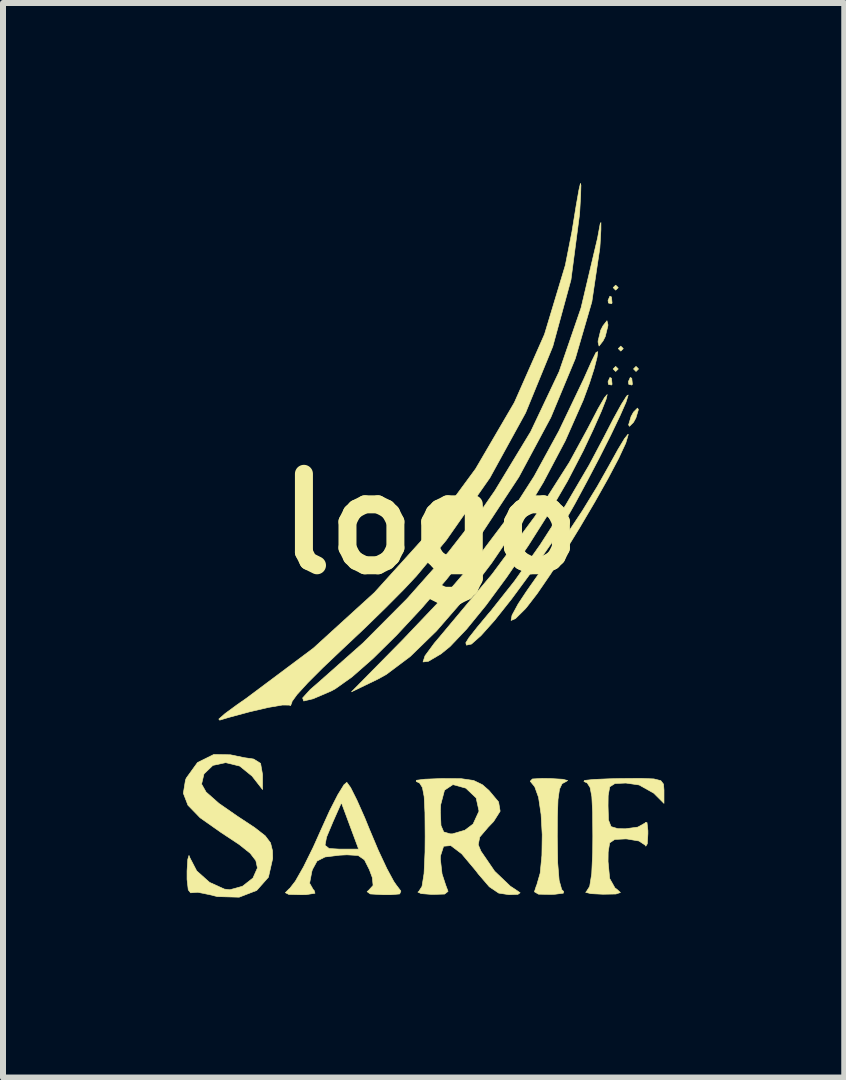
<source format=kicad_pcb>
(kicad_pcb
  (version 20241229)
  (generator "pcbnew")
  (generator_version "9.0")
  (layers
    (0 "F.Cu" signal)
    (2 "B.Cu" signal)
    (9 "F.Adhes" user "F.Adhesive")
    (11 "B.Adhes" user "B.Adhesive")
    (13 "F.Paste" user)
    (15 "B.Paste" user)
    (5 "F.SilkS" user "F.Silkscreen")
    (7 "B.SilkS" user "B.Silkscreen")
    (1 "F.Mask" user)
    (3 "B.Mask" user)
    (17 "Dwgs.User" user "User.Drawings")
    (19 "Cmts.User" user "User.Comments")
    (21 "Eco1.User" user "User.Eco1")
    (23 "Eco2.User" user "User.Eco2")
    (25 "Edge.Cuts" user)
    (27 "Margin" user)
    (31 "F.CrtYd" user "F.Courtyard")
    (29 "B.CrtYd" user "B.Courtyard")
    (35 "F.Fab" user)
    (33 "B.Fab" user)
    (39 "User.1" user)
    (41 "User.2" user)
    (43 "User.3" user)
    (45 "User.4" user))
  (footprint "logo"
    (layer "F.Cu")
    (at 4.119 5.68)
    (property "Reference" "logo" (at 0 0 0) (layer "F.SilkS") (effects (font (size 1.524 1.524) (thickness 0.3))))
    (attr through_hole)
    (fp_poly (pts (xy 3.133 -3.937) (xy 3.09 -3.895) (xy 3.048 -3.937) (xy 3.09 -3.979) (xy 3.133 -3.937)) (stroke (width 0.01) (type solid)) (fill yes) (layer "F.SilkS"))
    (fp_poly (pts (xy 3.133 -2.582) (xy 3.09 -2.54) (xy 3.048 -2.582) (xy 3.09 -2.625) (xy 3.133 -2.582)) (stroke (width 0.01) (type solid)) (fill yes) (layer "F.SilkS"))
    (fp_poly (pts (xy 3.217 -2.921) (xy 3.175 -2.879) (xy 3.133 -2.921) (xy 3.175 -2.963) (xy 3.217 -2.921)) (stroke (width 0.01) (type solid)) (fill yes) (layer "F.SilkS"))
    (fp_poly (pts (xy 3.471 -2.582) (xy 3.429 -2.54) (xy 3.387 -2.582) (xy 3.429 -2.625) (xy 3.471 -2.582)) (stroke (width 0.01) (type solid)) (fill yes) (layer "F.SilkS"))
    (fp_poly (pts (xy 3.02 -3.782) (xy 3.03 -3.681) (xy 3.02 -3.669) (xy 2.969 -3.681) (xy 2.963 -3.725) (xy 2.994 -3.795) (xy 3.02 -3.782)) (stroke (width 0.01) (type solid)) (fill yes) (layer "F.SilkS"))
    (fp_poly (pts (xy 3.02 -2.427) (xy 3.03 -2.327) (xy 3.02 -2.314) (xy 2.969 -2.326) (xy 2.963 -2.371) (xy 2.994 -2.44) (xy 3.02 -2.427)) (stroke (width 0.01) (type solid)) (fill yes) (layer "F.SilkS"))
    (fp_poly (pts (xy 3.358 -2.427) (xy 3.369 -2.327) (xy 3.358 -2.314) (xy 3.308 -2.326) (xy 3.302 -2.371) (xy 3.333 -2.44) (xy 3.358 -2.427)) (stroke (width 0.01) (type solid)) (fill yes) (layer "F.SilkS"))
    (fp_poly (pts (xy 3.469 -1.905) (xy 3.427 -1.766) (xy 3.387 -1.693) (xy 3.32 -1.626) (xy 3.305 -1.651) (xy 3.347 -1.79) (xy 3.387 -1.863) (xy 3.454 -1.93) (xy 3.469 -1.905)) (stroke (width 0.01) (type solid)) (fill yes) (layer "F.SilkS"))
    (fp_poly (pts (xy 2.961 -3.323) (xy 2.961 -3.302) (xy 2.916 -3.121) (xy 2.879 -3.048) (xy 2.813 -2.964) (xy 2.797 -3.027) (xy 2.797 -3.048) (xy 2.841 -3.229) (xy 2.879 -3.302) (xy 2.945 -3.386) (xy 2.961 -3.323)) (stroke (width 0.01) (type solid)) (fill yes) (layer "F.SilkS"))
    (fp_poly (pts (xy 2.93 -2.076) (xy 2.851 -1.876) (xy 2.713 -1.566) (xy 2.55 -1.22) (xy 2.288 -0.715) (xy 1.976 -0.178) (xy 1.632 0.365) (xy 1.276 0.886) (xy 0.928 1.358) (xy 0.606 1.753) (xy 0.33 2.043) (xy 0.179 2.166) (xy -0.032 2.29) (xy -0.12 2.3) (xy -0.087 2.198) (xy 0.067 1.989) (xy 0.181 1.854) (xy 1.032 0.836) (xy 1.741 -0.12) (xy 2.318 -1.026) (xy 2.625 -1.59) (xy 2.798 -1.922) (xy 2.906 -2.108) (xy 2.949 -2.156) (xy 2.93 -2.076)) (stroke (width 0.01) (type solid)) (fill yes) (layer "F.SilkS"))
    (fp_poly (pts (xy 2.779 -2.773) (xy 2.732 -2.59) (xy 2.655 -2.349) (xy 2.554 -2.075) (xy 2.551 -2.066) (xy 2.251 -1.387) (xy 1.884 -0.692) (xy 1.469 -0.004) (xy 1.022 0.654) (xy 0.561 1.258) (xy 0.104 1.784) (xy -0.333 2.209) (xy -0.733 2.509) (xy -0.878 2.589) (xy -1.312 2.798) (xy -0.455 1.928) (xy 0.228 1.21) (xy 0.801 0.545) (xy 1.293 -0.109) (xy 1.731 -0.793) (xy 2.143 -1.547) (xy 2.557 -2.413) (xy 2.689 -2.709) (xy 2.763 -2.858) (xy 2.792 -2.87) (xy 2.779 -2.773)) (stroke (width 0.01) (type solid)) (fill yes) (layer "F.SilkS"))
    (fp_poly (pts (xy 3.3 -1.489) (xy 3.258 -1.347) (xy 3.14 -1.093) (xy 2.962 -0.756) (xy 2.742 -0.365) (xy 2.497 0.051) (xy 2.244 0.464) (xy 2 0.844) (xy 1.782 1.162) (xy 1.607 1.389) (xy 1.582 1.418) (xy 1.42 1.578) (xy 1.347 1.609) (xy 1.363 1.522) (xy 1.466 1.332) (xy 1.605 1.122) (xy 1.844 0.781) (xy 2.114 0.398) (xy 2.306 0.127) (xy 2.536 -0.22) (xy 2.785 -0.627) (xy 2.981 -0.974) (xy 3.127 -1.238) (xy 3.238 -1.422) (xy 3.296 -1.494) (xy 3.3 -1.489)) (stroke (width 0.01) (type solid)) (fill yes) (layer "F.SilkS"))
    (fp_poly (pts (xy 3.262 -2.028) (xy 3.158 -1.792) (xy 3.005 -1.473) (xy 2.818 -1.102) (xy 2.614 -0.713) (xy 2.411 -0.336) (xy 2.223 -0.005) (xy 2.069 0.249) (xy 2.037 0.296) (xy 1.679 0.812) (xy 1.354 1.253) (xy 1.073 1.607) (xy 0.847 1.86) (xy 0.687 2.002) (xy 0.603 2.02) (xy 0.593 1.98) (xy 0.644 1.898) (xy 0.78 1.725) (xy 0.972 1.494) (xy 1.007 1.454) (xy 1.404 0.953) (xy 1.833 0.346) (xy 2.259 -0.317) (xy 2.651 -0.986) (xy 2.886 -1.43) (xy 3.051 -1.749) (xy 3.185 -1.992) (xy 3.273 -2.131) (xy 3.299 -2.148) (xy 3.262 -2.028)) (stroke (width 0.01) (type solid)) (fill yes) (layer "F.SilkS"))
    (fp_poly (pts (xy 2.005 4.243) (xy 2.208 4.255) (xy 2.29 4.276) (xy 2.265 4.292) (xy 2.197 4.329) (xy 2.154 4.419) (xy 2.129 4.593) (xy 2.119 4.881) (xy 2.117 5.206) (xy 2.124 5.649) (xy 2.148 5.94) (xy 2.191 6.093) (xy 2.223 6.125) (xy 2.218 6.153) (xy 2.08 6.171) (xy 2.008 6.174) (xy 1.804 6.17) (xy 1.736 6.13) (xy 1.768 6.031) (xy 1.775 6.017) (xy 1.832 5.819) (xy 1.861 5.522) (xy 1.866 5.178) (xy 1.847 4.839) (xy 1.805 4.557) (xy 1.742 4.382) (xy 1.73 4.366) (xy 1.666 4.288) (xy 1.702 4.25) (xy 1.865 4.241) (xy 2.005 4.243)) (stroke (width 0.01) (type solid)) (fill yes) (layer "F.SilkS"))
    (fp_poly (pts (xy 2.844 -4.906) (xy 2.831 -4.669) (xy 2.826 -4.595) (xy 2.693 -3.701) (xy 2.417 -2.754) (xy 2.009 -1.773) (xy 1.476 -0.78) (xy 0.829 0.204) (xy 0.66 0.433) (xy 0.27 0.926) (xy -0.145 1.408) (xy -0.561 1.855) (xy -0.955 2.244) (xy -1.304 2.55) (xy -1.584 2.749) (xy -1.651 2.785) (xy -1.95 2.913) (xy -2.109 2.951) (xy -2.126 2.9) (xy -2 2.761) (xy -1.863 2.642) (xy -1.119 1.983) (xy -0.384 1.244) (xy 0.301 0.472) (xy 0.893 -0.287) (xy 1.076 -0.551) (xy 1.674 -1.537) (xy 2.148 -2.538) (xy 2.513 -3.599) (xy 2.788 -4.762) (xy 2.831 -4.995) (xy 2.844 -5.023) (xy 2.844 -4.906)) (stroke (width 0.01) (type solid)) (fill yes) (layer "F.SilkS"))
    (fp_poly (pts (xy 2.511 -5.642) (xy 2.506 -5.469) (xy 2.489 -5.165) (xy 2.345 -4.067) (xy 2.042 -2.957) (xy 1.589 -1.851) (xy 0.994 -0.768) (xy 0.265 0.274) (xy -0.231 0.869) (xy -0.448 1.1) (xy -0.751 1.405) (xy -1.101 1.746) (xy -1.459 2.083) (xy -1.476 2.099) (xy -1.785 2.392) (xy -2.041 2.648) (xy -2.221 2.845) (xy -2.303 2.959) (xy -2.305 2.973) (xy -2.327 3.028) (xy -2.349 3.019) (xy -2.463 3.018) (xy -2.697 3.058) (xy -3.01 3.131) (xy -3.362 3.226) (xy -3.508 3.27) (xy -3.523 3.252) (xy -3.417 3.159) (xy -3.211 3.008) (xy -3.071 2.911) (xy -1.948 2.071) (xy -0.929 1.143) (xy -0.024 0.142) (xy 0.756 -0.918) (xy 1.402 -2.023) (xy 1.904 -3.159) (xy 2.251 -4.31) (xy 2.361 -4.868) (xy 2.43 -5.295) (xy 2.477 -5.562) (xy 2.503 -5.675) (xy 2.511 -5.642)) (stroke (width 0.01) (type solid)) (fill yes) (layer "F.SilkS"))
    (fp_poly (pts (xy -3.329 3.847) (xy -3.099 3.895) (xy -2.942 3.918) (xy -2.827 3.99) (xy -2.794 4.178) (xy -2.794 4.426) (xy -2.969 4.202) (xy -3.175 4.035) (xy -3.408 3.978) (xy -3.622 4.024) (xy -3.77 4.166) (xy -3.81 4.335) (xy -3.735 4.468) (xy -3.521 4.657) (xy -3.217 4.868) (xy -2.926 5.06) (xy -2.75 5.197) (xy -2.661 5.315) (xy -2.628 5.448) (xy -2.625 5.574) (xy -2.696 5.887) (xy -2.891 6.107) (xy -3.184 6.22) (xy -3.547 6.21) (xy -3.676 6.178) (xy -3.873 6.138) (xy -3.993 6.147) (xy -4.032 6.098) (xy -4.052 5.924) (xy -4.052 5.783) (xy -4.04 5.589) (xy -4.02 5.524) (xy -4.004 5.565) (xy -3.891 5.782) (xy -3.677 5.973) (xy -3.43 6.085) (xy -3.339 6.096) (xy -3.129 6.038) (xy -2.954 5.901) (xy -2.88 5.734) (xy -2.88 5.73) (xy -2.906 5.61) (xy -2.999 5.489) (xy -3.186 5.34) (xy -3.487 5.141) (xy -3.834 4.897) (xy -4.037 4.688) (xy -4.114 4.488) (xy -4.079 4.272) (xy -4.066 4.237) (xy -3.878 3.976) (xy -3.607 3.842) (xy -3.329 3.847)) (stroke (width 0.01) (type solid)) (fill yes) (layer "F.SilkS"))
    (fp_poly (pts (xy -1.327 4.393) (xy -1.222 4.602) (xy -1.091 4.897) (xy -1.012 5.091) (xy -0.865 5.44) (xy -0.723 5.743) (xy -0.608 5.956) (xy -0.568 6.014) (xy -0.489 6.118) (xy -0.509 6.166) (xy -0.657 6.179) (xy -0.784 6.179) (xy -1 6.166) (xy -1.052 6.128) (xy -1.024 6.103) (xy -0.952 6.024) (xy -0.965 5.893) (xy -1.014 5.761) (xy -1.096 5.598) (xy -1.201 5.525) (xy -1.388 5.514) (xy -1.508 5.52) (xy -1.753 5.55) (xy -1.886 5.618) (xy -1.962 5.757) (xy -1.972 5.788) (xy -2.01 5.987) (xy -1.948 6.096) (xy -1.936 6.104) (xy -1.92 6.154) (xy -2.071 6.178) (xy -2.154 6.179) (xy -2.357 6.174) (xy -2.414 6.145) (xy -2.35 6.08) (xy -2.34 6.073) (xy -2.247 5.953) (xy -2.111 5.714) (xy -1.953 5.394) (xy -1.935 5.355) (xy -1.753 5.355) (xy -1.685 5.409) (xy -1.513 5.419) (xy -1.486 5.419) (xy -1.193 5.419) (xy -1.337 5.032) (xy -1.48 4.646) (xy -1.623 4.969) (xy -1.728 5.22) (xy -1.753 5.355) (xy -1.935 5.355) (xy -1.83 5.12) (xy -1.677 4.781) (xy -1.54 4.513) (xy -1.437 4.346) (xy -1.39 4.306) (xy -1.327 4.393)) (stroke (width 0.01) (type solid)) (fill yes) (layer "F.SilkS"))
    (fp_poly (pts (xy 3.727 4.249) (xy 3.842 4.278) (xy 3.887 4.336) (xy 3.895 4.434) (xy 3.895 4.445) (xy 3.895 4.657) (xy 3.725 4.487) (xy 3.481 4.35) (xy 3.26 4.318) (xy 3.078 4.326) (xy 2.991 4.381) (xy 2.965 4.529) (xy 2.963 4.699) (xy 2.97 4.933) (xy 3.013 5.044) (xy 3.127 5.078) (xy 3.253 5.08) (xy 3.459 5.052) (xy 3.58 4.984) (xy 3.585 4.974) (xy 3.612 4.976) (xy 3.627 5.112) (xy 3.627 5.165) (xy 3.617 5.33) (xy 3.592 5.37) (xy 3.585 5.355) (xy 3.479 5.284) (xy 3.279 5.25) (xy 3.253 5.249) (xy 3.074 5.258) (xy 2.99 5.315) (xy 2.965 5.467) (xy 2.963 5.626) (xy 2.99 5.909) (xy 3.078 6.065) (xy 3.111 6.089) (xy 3.169 6.142) (xy 3.094 6.167) (xy 2.879 6.171) (xy 2.677 6.161) (xy 2.59 6.139) (xy 2.603 6.125) (xy 2.657 6.04) (xy 2.691 5.827) (xy 2.707 5.47) (xy 2.709 5.206) (xy 2.706 4.807) (xy 2.693 4.546) (xy 2.664 4.393) (xy 2.616 4.317) (xy 2.561 4.292) (xy 2.571 4.274) (xy 2.722 4.258) (xy 2.985 4.247) (xy 3.154 4.243) (xy 3.508 4.24) (xy 3.727 4.249)) (stroke (width 0.01) (type solid)) (fill yes) (layer "F.SilkS"))
    (fp_poly (pts (xy 0.516 4.245) (xy 0.723 4.275) (xy 0.868 4.345) (xy 0.978 4.441) (xy 1.139 4.633) (xy 1.165 4.787) (xy 1.056 4.959) (xy 0.966 5.053) (xy 0.825 5.218) (xy 0.8 5.345) (xy 0.844 5.452) (xy 1.074 5.788) (xy 1.335 6.037) (xy 1.398 6.078) (xy 1.498 6.146) (xy 1.461 6.173) (xy 1.312 6.178) (xy 1.141 6.152) (xy 0.985 6.047) (xy 0.801 5.833) (xy 0.761 5.78) (xy 0.524 5.497) (xy 0.343 5.36) (xy 0.223 5.371) (xy 0.171 5.531) (xy 0.169 5.587) (xy 0.197 5.833) (xy 0.257 6.017) (xy 0.297 6.123) (xy 0.24 6.168) (xy 0.051 6.174) (xy 0.024 6.174) (xy -0.152 6.16) (xy -0.206 6.135) (xy -0.191 6.125) (xy -0.137 6.04) (xy -0.103 5.827) (xy -0.087 5.47) (xy -0.085 5.206) (xy -0.088 4.807) (xy -0.089 4.793) (xy 0.169 4.793) (xy 0.179 5.025) (xy 0.225 5.133) (xy 0.331 5.164) (xy 0.368 5.165) (xy 0.577 5.104) (xy 0.714 5.001) (xy 0.813 4.786) (xy 0.765 4.566) (xy 0.593 4.403) (xy 0.378 4.344) (xy 0.238 4.437) (xy 0.174 4.68) (xy 0.169 4.793) (xy -0.089 4.793) (xy -0.101 4.546) (xy -0.13 4.393) (xy -0.178 4.317) (xy -0.233 4.292) (xy -0.232 4.272) (xy -0.091 4.254) (xy 0.16 4.244) (xy 0.194 4.243) (xy 0.516 4.245)) (stroke (width 0.01) (type solid)) (fill yes) (layer "F.SilkS")))
  (gr_rect
    (start -3 -3)
    (end 11.018 14.905)
    (stroke (width 0.1) (type default))
    (fill no)
    (layer "Edge.Cuts")))
</source>
